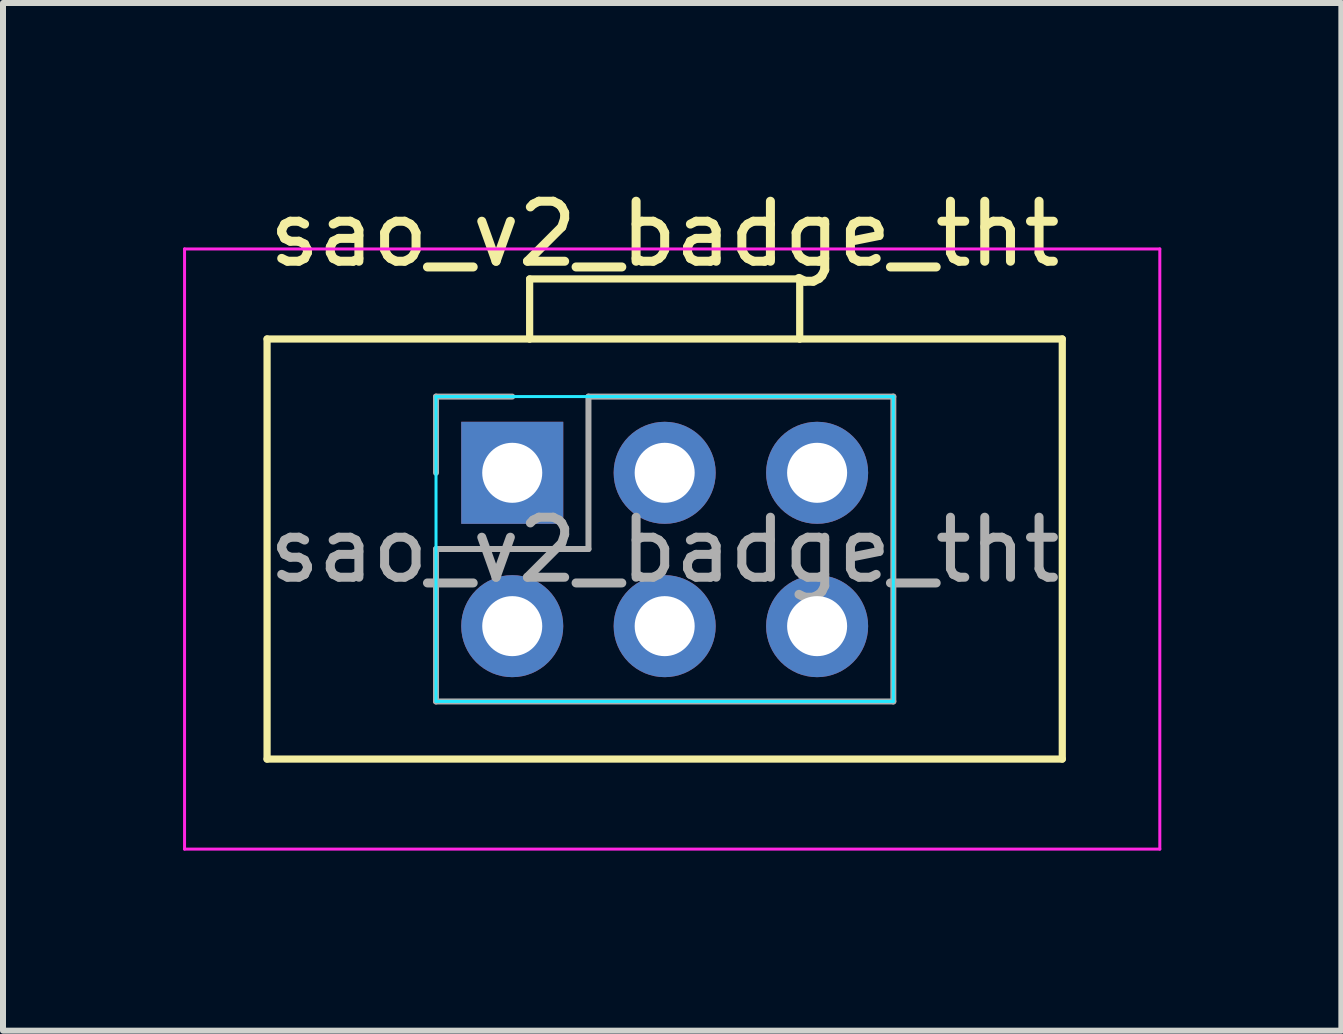
<source format=kicad_pcb>
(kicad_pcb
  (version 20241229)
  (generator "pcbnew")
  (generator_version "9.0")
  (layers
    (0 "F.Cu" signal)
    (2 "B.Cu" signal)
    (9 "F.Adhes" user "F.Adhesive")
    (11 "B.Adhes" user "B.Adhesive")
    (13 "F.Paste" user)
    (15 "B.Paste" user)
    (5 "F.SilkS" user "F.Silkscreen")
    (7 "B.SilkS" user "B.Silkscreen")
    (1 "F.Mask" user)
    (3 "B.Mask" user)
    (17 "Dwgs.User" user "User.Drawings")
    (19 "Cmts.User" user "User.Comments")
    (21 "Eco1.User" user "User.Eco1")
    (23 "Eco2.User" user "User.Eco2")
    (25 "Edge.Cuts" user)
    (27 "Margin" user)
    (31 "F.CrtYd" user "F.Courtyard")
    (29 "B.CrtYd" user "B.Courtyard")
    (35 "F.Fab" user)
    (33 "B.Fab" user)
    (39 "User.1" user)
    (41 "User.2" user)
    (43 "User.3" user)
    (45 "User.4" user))
  (footprint "sao_v2_badge_tht"
    (layer "F.Cu")
    (at 8.025 6.098)
    (property "Reference" "sao_v2_badge_tht" (at 0 -5.25 0) (unlocked yes) (layer "F.SilkS") (effects (font (size 1 1) (thickness 0.15))))
    (attr through_hole)
    (fp_line (start -6.625 -3.5) (end -2.25 -3.5) (stroke (width 0.12) (type default)) (layer "F.SilkS"))
    (fp_line (start -6.625 3.5) (end -6.625 -3.5) (stroke (width 0.12) (type default)) (layer "F.SilkS"))
    (fp_line (start -6.625 3.5) (end 6.625 3.5) (stroke (width 0.12) (type default)) (layer "F.SilkS"))
    (fp_line (start -2.25 -4.5) (end -2.25 -3.5) (stroke (width 0.12) (type default)) (layer "F.SilkS"))
    (fp_line (start -2.25 -4.5) (end 2.25 -4.5) (stroke (width 0.12) (type default)) (layer "F.SilkS"))
    (fp_line (start -2.25 -3.5) (end 2.25 -3.5) (stroke (width 0.12) (type default)) (layer "F.SilkS"))
    (fp_line (start 2.25 -4.5) (end 2.25 -3.5) (stroke (width 0.12) (type default)) (layer "F.SilkS"))
    (fp_line (start 2.25 -3.5) (end 6.625 -3.5) (stroke (width 0.12) (type default)) (layer "F.SilkS"))
    (fp_line (start 6.625 3.5) (end 6.625 -3.5) (stroke (width 0.12) (type default)) (layer "F.SilkS"))
    (fp_line (start -3.81 -2.54) (end 3.81 -2.54) (stroke (width 0.05) (type default)) (layer "B.CrtYd"))
    (fp_line (start -3.81 2.54) (end -3.81 -2.54) (stroke (width 0.05) (type default)) (layer "B.CrtYd"))
    (fp_line (start 3.81 -2.54) (end 3.81 2.54) (stroke (width 0.05) (type default)) (layer "B.CrtYd"))
    (fp_line (start 3.81 2.54) (end -3.81 2.54) (stroke (width 0.05) (type default)) (layer "B.CrtYd"))
    (fp_line (start -8 -5) (end -8 5) (stroke (width 0.05) (type solid)) (layer "F.CrtYd"))
    (fp_line (start -8 5) (end 8.25 5) (stroke (width 0.05) (type solid)) (layer "F.CrtYd"))
    (fp_line (start 8.25 -5) (end -8 -5) (stroke (width 0.05) (type solid)) (layer "F.CrtYd"))
    (fp_line (start 8.25 5) (end 8.25 -5) (stroke (width 0.05) (type solid)) (layer "F.CrtYd"))
    (fp_line (start -3.81 -2.54) (end -2.54 -2.54) (stroke (width 0.1) (type default)) (layer "F.Fab"))
    (fp_line (start -3.81 -1.27) (end -3.81 -2.54) (stroke (width 0.1) (type default)) (layer "F.Fab"))
    (fp_line (start -3.81 0) (end -3.81 2.54) (stroke (width 0.1) (type default)) (layer "F.Fab"))
    (fp_line (start -3.81 2.54) (end 3.81 2.54) (stroke (width 0.1) (type default)) (layer "F.Fab"))
    (fp_line (start -1.27 -2.54) (end -1.27 0) (stroke (width 0.1) (type default)) (layer "F.Fab"))
    (fp_line (start -1.27 0) (end -3.81 0) (stroke (width 0.1) (type default)) (layer "F.Fab"))
    (fp_line (start 3.81 -2.54) (end -1.27 -2.54) (stroke (width 0.1) (type default)) (layer "F.Fab"))
    (fp_line (start 3.81 2.54) (end 3.81 -2.54) (stroke (width 0.1) (type default)) (layer "F.Fab"))
    (fp_text user "${REFERENCE}" (at 0 0.015 180) (layer "F.Fab") (effects (font (size 1 1) (thickness 0.15))))
    (pad "1" thru_hole rect (at -2.54 -1.27 90) (size 1.7 1.7) (drill 1) (layers "*.Cu" "*.Mask"))
    (pad "2" thru_hole oval (at -2.54 1.285 90) (size 1.7 1.7) (drill 1) (layers "*.Cu" "*.Mask"))
    (pad "3" thru_hole oval (at 0 -1.27 90) (size 1.7 1.7) (drill 1) (layers "*.Cu" "*.Mask"))
    (pad "4" thru_hole oval (at 0 1.285 90) (size 1.7 1.7) (drill 1) (layers "*.Cu" "*.Mask"))
    (pad "5" thru_hole oval (at 2.54 -1.27 90) (size 1.7 1.7) (drill 1) (layers "*.Cu" "*.Mask"))
    (pad "6" thru_hole oval (at 2.54 1.285 90) (size 1.7 1.7) (drill 1) (layers "*.Cu" "*.Mask")))
  (gr_rect
    (start -3 -3)
    (end 19.3 14.123)
    (stroke (width 0.1) (type default))
    (fill no)
    (layer "Edge.Cuts")))
</source>
